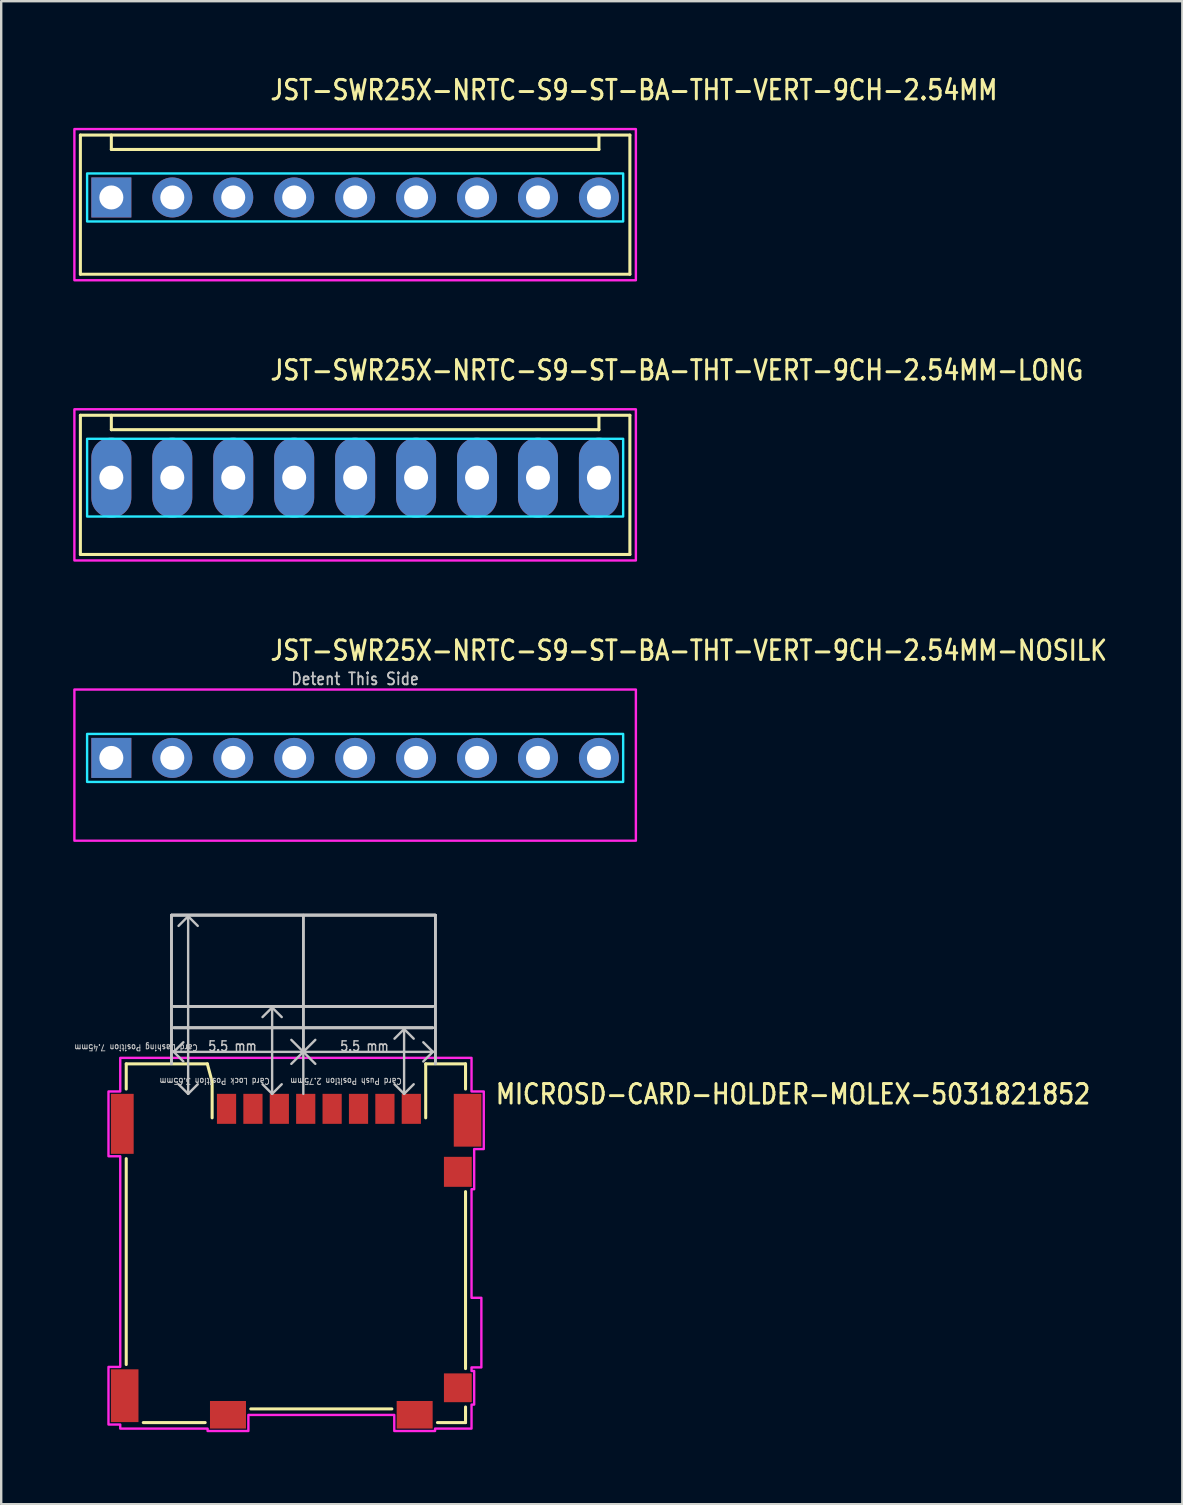
<source format=kicad_pcb>
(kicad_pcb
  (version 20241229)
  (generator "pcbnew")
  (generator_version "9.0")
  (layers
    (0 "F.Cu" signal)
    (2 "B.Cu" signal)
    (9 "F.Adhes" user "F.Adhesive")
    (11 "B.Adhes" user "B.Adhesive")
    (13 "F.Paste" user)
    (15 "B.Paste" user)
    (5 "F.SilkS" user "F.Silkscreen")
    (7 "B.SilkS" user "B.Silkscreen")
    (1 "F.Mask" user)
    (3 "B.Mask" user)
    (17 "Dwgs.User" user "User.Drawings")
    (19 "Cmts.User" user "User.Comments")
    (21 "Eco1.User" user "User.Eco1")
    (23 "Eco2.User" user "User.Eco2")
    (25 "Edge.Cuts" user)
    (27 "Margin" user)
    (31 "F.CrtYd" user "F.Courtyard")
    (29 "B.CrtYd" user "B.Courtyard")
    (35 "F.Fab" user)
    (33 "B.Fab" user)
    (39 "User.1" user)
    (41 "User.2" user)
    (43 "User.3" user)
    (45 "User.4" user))
  (footprint "JST-SWR25X-NRTC-S9-ST-BA-THT-VERT-9CH-2.54MM-LONG"
    (layer "F.Cu")
    (at 11.75 16.857)
    (property "Reference" "JST-SWR25X-NRTC-S9-ST-BA-THT-VERT-9CH-2.54MM-LONG" (at -3.6 -4 0) (unlocked yes) (layer "F.SilkS") (effects (font (size 0.813 0.695) (thickness 0.122)) (justify left bottom)))
    (fp_line (start -11.45 -2.6) (end 11.45 -2.6) (stroke (width 0.127) (type solid)) (layer "F.SilkS"))
    (fp_line (start -11.45 3.2) (end -11.45 -2.6) (stroke (width 0.127) (type solid)) (layer "F.SilkS"))
    (fp_line (start -11.45 3.2) (end 11.45 3.2) (stroke (width 0.127) (type solid)) (layer "F.SilkS"))
    (fp_line (start -10.16 -2.6) (end -10.16 -2) (stroke (width 0.127) (type solid)) (layer "F.SilkS"))
    (fp_line (start -10.16 -2) (end 10.16 -2) (stroke (width 0.127) (type solid)) (layer "F.SilkS"))
    (fp_line (start 10.16 -2.6) (end 10.16 -2) (stroke (width 0.127) (type solid)) (layer "F.SilkS"))
    (fp_line (start 11.45 -2.6) (end 11.45 3.2) (stroke (width 0.127) (type solid)) (layer "F.SilkS"))
    (fp_poly (pts (xy -11.17 -1.62) (xy -11.17 1.62) (xy 11.17 1.62) (xy 11.17 -1.62)) (stroke (width 0.1) (type solid)) (fill no) (layer "B.CrtYd"))
    (fp_poly (pts (xy -11.7 -2.85) (xy -11.7 3.45) (xy 11.7 3.45) (xy 11.7 -2.85)) (stroke (width 0.1) (type solid)) (fill no) (layer "F.CrtYd"))
    (pad "1" thru_hole oval (at -10.16 0 90) (size 3.333 1.667) (drill 1) (layers "*.Cu" "*.Mask"))
    (pad "2" thru_hole oval (at -7.62 0 90) (size 3.333 1.667) (drill 1) (layers "*.Cu" "*.Mask"))
    (pad "3" thru_hole oval (at -5.08 0 90) (size 3.333 1.667) (drill 1) (layers "*.Cu" "*.Mask"))
    (pad "4" thru_hole oval (at -2.54 0 90) (size 3.333 1.667) (drill 1) (layers "*.Cu" "*.Mask"))
    (pad "5" thru_hole oval (at 0 0 90) (size 3.333 1.667) (drill 1) (layers "*.Cu" "*.Mask"))
    (pad "6" thru_hole oval (at 2.54 0 90) (size 3.333 1.667) (drill 1) (layers "*.Cu" "*.Mask"))
    (pad "7" thru_hole oval (at 5.08 0 90) (size 3.333 1.667) (drill 1) (layers "*.Cu" "*.Mask"))
    (pad "8" thru_hole oval (at 7.62 0 90) (size 3.333 1.667) (drill 1) (layers "*.Cu" "*.Mask"))
    (pad "9" thru_hole oval (at 10.16 0 90) (size 3.333 1.667) (drill 1) (layers "*.Cu" "*.Mask")))
  (footprint "JST-SWR25X-NRTC-S9-ST-BA-THT-VERT-9CH-2.54MM"
    (layer "F.Cu")
    (at 11.75 5.179)
    (property "Reference" "JST-SWR25X-NRTC-S9-ST-BA-THT-VERT-9CH-2.54MM" (at -3.6 -4 0) (unlocked yes) (layer "F.SilkS") (effects (font (size 0.813 0.695) (thickness 0.122)) (justify left bottom)))
    (fp_line (start -11.45 -2.6) (end 11.45 -2.6) (stroke (width 0.127) (type solid)) (layer "F.SilkS"))
    (fp_line (start -11.45 3.2) (end -11.45 -2.6) (stroke (width 0.127) (type solid)) (layer "F.SilkS"))
    (fp_line (start -11.45 3.2) (end 11.45 3.2) (stroke (width 0.127) (type solid)) (layer "F.SilkS"))
    (fp_line (start -10.16 -2.6) (end -10.16 -2) (stroke (width 0.127) (type solid)) (layer "F.SilkS"))
    (fp_line (start -10.16 -2) (end 10.16 -2) (stroke (width 0.127) (type solid)) (layer "F.SilkS"))
    (fp_line (start 10.16 -2.6) (end 10.16 -2) (stroke (width 0.127) (type solid)) (layer "F.SilkS"))
    (fp_line (start 11.45 -2.6) (end 11.45 3.2) (stroke (width 0.127) (type solid)) (layer "F.SilkS"))
    (fp_poly (pts (xy -11.17 -1) (xy -11.17 1) (xy 11.17 1) (xy 11.17 -1)) (stroke (width 0.1) (type solid)) (fill no) (layer "B.CrtYd"))
    (fp_poly (pts (xy -11.7 -2.85) (xy -11.7 3.45) (xy 11.7 3.45) (xy 11.7 -2.85)) (stroke (width 0.1) (type solid)) (fill no) (layer "F.CrtYd"))
    (pad "1" thru_hole rect (at -10.16 0) (size 1.667 1.667) (drill 1) (layers "*.Cu" "*.Mask"))
    (pad "2" thru_hole oval (at -7.62 0) (size 1.667 1.667) (drill 1) (layers "*.Cu" "*.Mask"))
    (pad "3" thru_hole oval (at -5.08 0) (size 1.667 1.667) (drill 1) (layers "*.Cu" "*.Mask"))
    (pad "4" thru_hole oval (at -2.54 0) (size 1.667 1.667) (drill 1) (layers "*.Cu" "*.Mask"))
    (pad "5" thru_hole oval (at 0 0) (size 1.667 1.667) (drill 1) (layers "*.Cu" "*.Mask"))
    (pad "6" thru_hole oval (at 2.54 0) (size 1.667 1.667) (drill 1) (layers "*.Cu" "*.Mask"))
    (pad "7" thru_hole oval (at 5.08 0) (size 1.667 1.667) (drill 1) (layers "*.Cu" "*.Mask"))
    (pad "8" thru_hole oval (at 7.62 0) (size 1.667 1.667) (drill 1) (layers "*.Cu" "*.Mask"))
    (pad "9" thru_hole oval (at 10.16 0) (size 1.667 1.667) (drill 1) (layers "*.Cu" "*.Mask")))
  (footprint "MICROSD-CARD-HOLDER-MOLEX-5031821852"
    (layer "F.Cu")
    (at 9.591 42.536)
    (property "Reference" "MICROSD-CARD-HOLDER-MOLEX-5031821852" (at 7.95 0.49 0) (unlocked yes) (layer "F.SilkS") (effects (font (size 0.813 0.695) (thickness 0.122)) (justify left bottom)))
    (fp_poly (pts (xy -3.95 1.49) (xy 5.25 1.49) (xy 5.25 9.65) (xy -3.95 9.65)) (stroke (width 0) (type solid)) (fill yes) (layer "F.Mask"))
    (fp_poly (pts (xy -3.95 1.49) (xy 5.25 1.49) (xy 5.25 9.65) (xy -3.95 9.65)) (stroke (width 0) (type solid)) (fill yes) (layer "F.Mask"))
    (fp_line (start -7.38 -1.25) (end -7.38 -0.2) (stroke (width 0.127) (type solid)) (layer "F.SilkS"))
    (fp_line (start -7.38 -1.25) (end -4 -1.25) (stroke (width 0.127) (type solid)) (layer "F.SilkS"))
    (fp_line (start -7.38 2.7) (end -7.38 11.28) (stroke (width 0.127) (type solid)) (layer "F.SilkS"))
    (fp_line (start -6.67 13.7) (end -4.09 13.7) (stroke (width 0.127) (type solid)) (layer "F.SilkS"))
    (fp_line (start -4 -1.25) (end -3.8 -0.5) (stroke (width 0.127) (type solid)) (layer "F.SilkS"))
    (fp_line (start -3.8 -0.5) (end -3.8 1) (stroke (width 0.127) (type solid)) (layer "F.SilkS"))
    (fp_line (start -2.19 13.13) (end 3.69 13.13) (stroke (width 0.127) (type solid)) (layer "F.SilkS"))
    (fp_line (start 5.1 -1.25) (end 5.1 1) (stroke (width 0.127) (type solid)) (layer "F.SilkS"))
    (fp_line (start 5.59 13.7) (end 6.76 13.7) (stroke (width 0.127) (type solid)) (layer "F.SilkS"))
    (fp_line (start 6.76 -1.25) (end 5.1 -1.25) (stroke (width 0.127) (type solid)) (layer "F.SilkS"))
    (fp_line (start 6.76 -1.25) (end 6.76 -0.2) (stroke (width 0.127) (type solid)) (layer "F.SilkS"))
    (fp_line (start 6.76 4.075) (end 6.76 11.45) (stroke (width 0.127) (type solid)) (layer "F.SilkS"))
    (fp_line (start 6.76 13.05) (end 6.76 13.7) (stroke (width 0.127) (type solid)) (layer "F.SilkS"))
    (fp_line (start -5.5 -7.45) (end -5.5 -1.25) (stroke (width 0.1) (type solid)) (layer "Dwgs.User"))
    (fp_line (start -5.5 -7.45) (end -5.5 -1.25) (stroke (width 0.1) (type solid)) (layer "Dwgs.User"))
    (fp_line (start -5.5 -7.45) (end -5.5 -1.25) (stroke (width 0.1) (type solid)) (layer "Dwgs.User"))
    (fp_line (start -5.5 -7.45) (end -5.5 -1.25) (stroke (width 0.1) (type solid)) (layer "Dwgs.User"))
    (fp_line (start -5.5 -7.45) (end 5.5 -7.45) (stroke (width 0.1) (type solid)) (layer "Dwgs.User"))
    (fp_line (start -5.5 -7.45) (end 5.5 -7.45) (stroke (width 0.1) (type solid)) (layer "Dwgs.User"))
    (fp_line (start -5.5 -7.45) (end 5.5 -7.45) (stroke (width 0.1) (type solid)) (layer "Dwgs.User"))
    (fp_line (start -5.5 -7.45) (end 5.5 -7.45) (stroke (width 0.1) (type solid)) (layer "Dwgs.User"))
    (fp_line (start -5.5 -7.45) (end 5.5 -7.45) (stroke (width 0.1) (type solid)) (layer "Dwgs.User"))
    (fp_line (start -5.5 -7.45) (end 5.5 -7.45) (stroke (width 0.1) (type solid)) (layer "Dwgs.User"))
    (fp_line (start -5.4 -3.65) (end 5.4 -3.65) (stroke (width 0.1) (type solid)) (layer "Dwgs.User"))
    (fp_line (start -5.4 -3.65) (end 5.4 -3.65) (stroke (width 0.1) (type solid)) (layer "Dwgs.User"))
    (fp_line (start -5.4 -3.65) (end 5.4 -3.65) (stroke (width 0.1) (type solid)) (layer "Dwgs.User"))
    (fp_line (start -5.4 -3.65) (end 5.4 -3.65) (stroke (width 0.1) (type solid)) (layer "Dwgs.User"))
    (fp_line (start -5.4 -3.65) (end 5.4 -3.65) (stroke (width 0.1) (type solid)) (layer "Dwgs.User"))
    (fp_line (start -5.4 -3.65) (end 5.4 -3.65) (stroke (width 0.1) (type solid)) (layer "Dwgs.User"))
    (fp_line (start -5.4 -2.75) (end 5.4 -2.75) (stroke (width 0.1) (type solid)) (layer "Dwgs.User"))
    (fp_line (start -5.4 -2.75) (end 5.4 -2.75) (stroke (width 0.1) (type solid)) (layer "Dwgs.User"))
    (fp_line (start -5.4 -2.75) (end 5.4 -2.75) (stroke (width 0.1) (type solid)) (layer "Dwgs.User"))
    (fp_line (start -5.4 -2.75) (end 5.4 -2.75) (stroke (width 0.1) (type solid)) (layer "Dwgs.User"))
    (fp_line (start -5.4 -2.75) (end 5.4 -2.75) (stroke (width 0.1) (type solid)) (layer "Dwgs.User"))
    (fp_line (start -5.4 -2.75) (end 5.4 -2.75) (stroke (width 0.1) (type solid)) (layer "Dwgs.User"))
    (fp_line (start -5.4 -1.75) (end -5 -1.35) (stroke (width 0.1) (type solid)) (layer "Dwgs.User"))
    (fp_line (start -5.4 -1.75) (end 0 -1.75) (stroke (width 0.1) (type solid)) (layer "Dwgs.User"))
    (fp_line (start -5 -2.15) (end -5.4 -1.75) (stroke (width 0.1) (type solid)) (layer "Dwgs.User"))
    (fp_line (start -4.8 -7.4) (end -5.2 -7) (stroke (width 0.1) (type solid)) (layer "Dwgs.User"))
    (fp_line (start -4.8 -7.4) (end -4.4 -7) (stroke (width 0.1) (type solid)) (layer "Dwgs.User"))
    (fp_line (start -4.8 0) (end -5.2 -0.4) (stroke (width 0.1) (type solid)) (layer "Dwgs.User"))
    (fp_line (start -4.8 0) (end -4.8 -7.4) (stroke (width 0.1) (type solid)) (layer "Dwgs.User"))
    (fp_line (start -4.8 0) (end -4.4 -0.4) (stroke (width 0.1) (type solid)) (layer "Dwgs.User"))
    (fp_line (start -1.3 -3.6) (end -1.7 -3.2) (stroke (width 0.1) (type solid)) (layer "Dwgs.User"))
    (fp_line (start -1.3 -3.6) (end -0.9 -3.2) (stroke (width 0.1) (type solid)) (layer "Dwgs.User"))
    (fp_line (start -1.3 0) (end -1.7 -0.4) (stroke (width 0.1) (type solid)) (layer "Dwgs.User"))
    (fp_line (start -1.3 0) (end -1.3 -3.6) (stroke (width 0.1) (type solid)) (layer "Dwgs.User"))
    (fp_line (start -1.3 0) (end -0.9 -0.4) (stroke (width 0.1) (type solid)) (layer "Dwgs.User"))
    (fp_line (start 0 -1.75) (end -0.5 -2.25) (stroke (width 0.1) (type solid)) (layer "Dwgs.User"))
    (fp_line (start 0 -1.75) (end -0.5 -1.25) (stroke (width 0.1) (type solid)) (layer "Dwgs.User"))
    (fp_line (start 0 -1.75) (end 0 -7.45) (stroke (width 0.1) (type solid)) (layer "Dwgs.User"))
    (fp_line (start 0 -1.75) (end 0 -7.45) (stroke (width 0.1) (type solid)) (layer "Dwgs.User"))
    (fp_line (start 0 -1.75) (end 0 -7.45) (stroke (width 0.1) (type solid)) (layer "Dwgs.User"))
    (fp_line (start 0 -1.75) (end 0.5 -1.25) (stroke (width 0.1) (type solid)) (layer "Dwgs.User"))
    (fp_line (start 0 -1.75) (end 5.4 -1.75) (stroke (width 0.1) (type solid)) (layer "Dwgs.User"))
    (fp_line (start 0 0) (end 0 -1.75) (stroke (width 0.1) (type solid)) (layer "Dwgs.User"))
    (fp_line (start 0.5 -2.25) (end 0 -1.75) (stroke (width 0.1) (type solid)) (layer "Dwgs.User"))
    (fp_line (start 4.2 -2.7) (end 3.8 -2.3) (stroke (width 0.1) (type solid)) (layer "Dwgs.User"))
    (fp_line (start 4.2 -2.7) (end 4.6 -2.3) (stroke (width 0.1) (type solid)) (layer "Dwgs.User"))
    (fp_line (start 4.2 0) (end 3.8 -0.4) (stroke (width 0.1) (type solid)) (layer "Dwgs.User"))
    (fp_line (start 4.2 0) (end 4.2 -2.7) (stroke (width 0.1) (type solid)) (layer "Dwgs.User"))
    (fp_line (start 4.2 0) (end 4.6 -0.4) (stroke (width 0.1) (type solid)) (layer "Dwgs.User"))
    (fp_line (start 5.4 -1.75) (end 5 -2.15) (stroke (width 0.1) (type solid)) (layer "Dwgs.User"))
    (fp_line (start 5.4 -1.75) (end 5 -1.35) (stroke (width 0.1) (type solid)) (layer "Dwgs.User"))
    (fp_line (start 5.5 -7.45) (end 5.5 -1.25) (stroke (width 0.1) (type solid)) (layer "Dwgs.User"))
    (fp_line (start 5.5 -7.45) (end 5.5 -1.25) (stroke (width 0.1) (type solid)) (layer "Dwgs.User"))
    (fp_line (start 5.5 -7.45) (end 5.5 -1.25) (stroke (width 0.1) (type solid)) (layer "Dwgs.User"))
    (fp_line (start 5.5 -7.45) (end 5.5 -1.25) (stroke (width 0.1) (type solid)) (layer "Dwgs.User"))
    (fp_poly (pts (xy -7.63 -1.5) (xy 7.01 -1.5) (xy 7.01 -0.1) (xy 7.52 -0.1) (xy 7.52 2.3) (xy 7.12 2.3) (xy 7.12 3.975) (xy 7.01 3.975) (xy 7.01 8.5) (xy 7.42 8.5) (xy 7.42 11.4) (xy 7.01 11.4) (xy 7.01 11.55) (xy 7.12 11.55) (xy 7.12 12.95) (xy 7.01 12.95) (xy 7.01 13.95) (xy 5.49 13.95) (xy 5.49 14.05) (xy 3.79 14.05) (xy 3.79 13.38) (xy -2.29 13.38) (xy -2.29 14.05) (xy -3.99 14.05) (xy -3.99 13.95) (xy -7.63 13.95) (xy -7.63 13.78) (xy -8.12 13.78) (xy -8.12 11.38) (xy -7.63 11.38) (xy -7.63 2.6) (xy -8.12 2.6) (xy -8.12 -0.1) (xy -7.63 -0.1)) (stroke (width 0.1) (type solid)) (fill no) (layer "F.CrtYd"))
    (fp_text user "Card Lock Position 3.65mm" (at -1.38 -0.68 180) (unlocked yes) (layer "Dwgs.User") (effects (font (size 0.254 0.217) (thickness 0.038)) (justify left bottom)))
    (fp_text user "5.5 mm" (at 1.5 -1.75 0) (unlocked yes) (layer "Dwgs.User") (effects (font (size 0.406 0.347) (thickness 0.061)) (justify left bottom)))
    (fp_text user "Card Push Position 2.75mm" (at 4.12 -0.68 180) (unlocked yes) (layer "Dwgs.User") (effects (font (size 0.254 0.217) (thickness 0.038)) (justify left bottom)))
    (fp_text user "Card Dashing Position 7.45mm" (at -4.38 -2.08 180) (unlocked yes) (layer "Dwgs.User") (effects (font (size 0.254 0.217) (thickness 0.038)) (justify left bottom)))
    (fp_text user "5.5 mm" (at -4 -1.75 0) (unlocked yes) (layer "Dwgs.User") (effects (font (size 0.406 0.347) (thickness 0.061)) (justify left bottom)))
    (pad "1" smd rect (at -3.2 0.625) (size 0.8 1.25) (layers "F.Cu" "F.Mask" "F.Paste"))
    (pad "2" smd rect (at -2.1 0.625) (size 0.8 1.25) (layers "F.Cu" "F.Mask" "F.Paste"))
    (pad "3" smd rect (at -1 0.625) (size 0.8 1.25) (layers "F.Cu" "F.Mask" "F.Paste"))
    (pad "4" smd rect (at 0.1 0.625) (size 0.8 1.25) (layers "F.Cu" "F.Mask" "F.Paste"))
    (pad "5" smd rect (at 1.2 0.625) (size 0.8 1.25) (layers "F.Cu" "F.Mask" "F.Paste"))
    (pad "6" smd rect (at 2.3 0.625) (size 0.8 1.25) (layers "F.Cu" "F.Mask" "F.Paste"))
    (pad "7" smd rect (at 3.4 0.625) (size 0.8 1.25) (layers "F.Cu" "F.Mask" "F.Paste"))
    (pad "8" smd rect (at 4.5 0.625) (size 0.8 1.25) (layers "F.Cu" "F.Mask" "F.Paste"))
    (pad "DETECT" smd rect (at 6.44 12.25) (size 1.16 1.2) (layers "F.Cu" "F.Mask" "F.Paste"))
    (pad "SWITCH" smd rect (at 6.44 3.25) (size 1.16 1.25) (layers "F.Cu" "F.Mask" "F.Paste"))
    (pad "S_1" smd rect (at -7.545 1.25) (size 0.95 2.5) (layers "F.Cu" "F.Mask" "F.Paste"))
    (pad "S_2" smd rect (at -7.445 12.58) (size 1.15 2.2) (layers "F.Cu" "F.Mask" "F.Paste"))
    (pad "S_3" smd rect (at -3.14 13.375) (size 1.5 1.15) (layers "F.Cu" "F.Mask" "F.Paste"))
    (pad "S_4" smd rect (at 4.64 13.375) (size 1.5 1.15) (layers "F.Cu" "F.Mask" "F.Paste"))
    (pad "S_5" smd rect (at 6.845 1.1) (size 1.15 2.2) (layers "F.Cu" "F.Mask" "F.Paste")))
  (footprint "JST-SWR25X-NRTC-S9-ST-BA-THT-VERT-9CH-2.54MM-NOSILK"
    (layer "F.Cu")
    (at 11.75 28.536)
    (property "Reference" "JST-SWR25X-NRTC-S9-ST-BA-THT-VERT-9CH-2.54MM-NOSILK" (at -3.6 -4 0) (unlocked yes) (layer "F.SilkS") (effects (font (size 0.813 0.695) (thickness 0.122)) (justify left bottom)))
    (fp_poly (pts (xy -11.17 -1) (xy -11.17 1) (xy 11.17 1) (xy 11.17 -1)) (stroke (width 0.1) (type solid)) (fill no) (layer "B.CrtYd"))
    (fp_poly (pts (xy -11.7 -2.85) (xy -11.7 3.45) (xy 11.7 3.45) (xy 11.7 -2.85)) (stroke (width 0.1) (type solid)) (fill no) (layer "F.CrtYd"))
    (fp_text user "Detent This Side" (at 0 -3 0) (unlocked yes) (layer "Dwgs.User") (effects (font (size 0.5 0.427) (thickness 0.075)) (justify bottom)))
    (pad "1" thru_hole rect (at -10.16 0) (size 1.667 1.667) (drill 1) (layers "*.Cu" "*.Mask"))
    (pad "2" thru_hole oval (at -7.62 0) (size 1.667 1.667) (drill 1) (layers "*.Cu" "*.Mask"))
    (pad "3" thru_hole oval (at -5.08 0) (size 1.667 1.667) (drill 1) (layers "*.Cu" "*.Mask"))
    (pad "4" thru_hole oval (at -2.54 0) (size 1.667 1.667) (drill 1) (layers "*.Cu" "*.Mask"))
    (pad "5" thru_hole oval (at 0 0) (size 1.667 1.667) (drill 1) (layers "*.Cu" "*.Mask"))
    (pad "6" thru_hole oval (at 2.54 0) (size 1.667 1.667) (drill 1) (layers "*.Cu" "*.Mask"))
    (pad "7" thru_hole oval (at 5.08 0) (size 1.667 1.667) (drill 1) (layers "*.Cu" "*.Mask"))
    (pad "8" thru_hole oval (at 7.62 0) (size 1.667 1.667) (drill 1) (layers "*.Cu" "*.Mask"))
    (pad "9" thru_hole oval (at 10.16 0) (size 1.667 1.667) (drill 1) (layers "*.Cu" "*.Mask")))
  (gr_rect
    (start -3 -3)
    (end 46.223 59.636)
    (stroke (width 0.1) (type default))
    (fill no)
    (layer "Edge.Cuts")))
</source>
